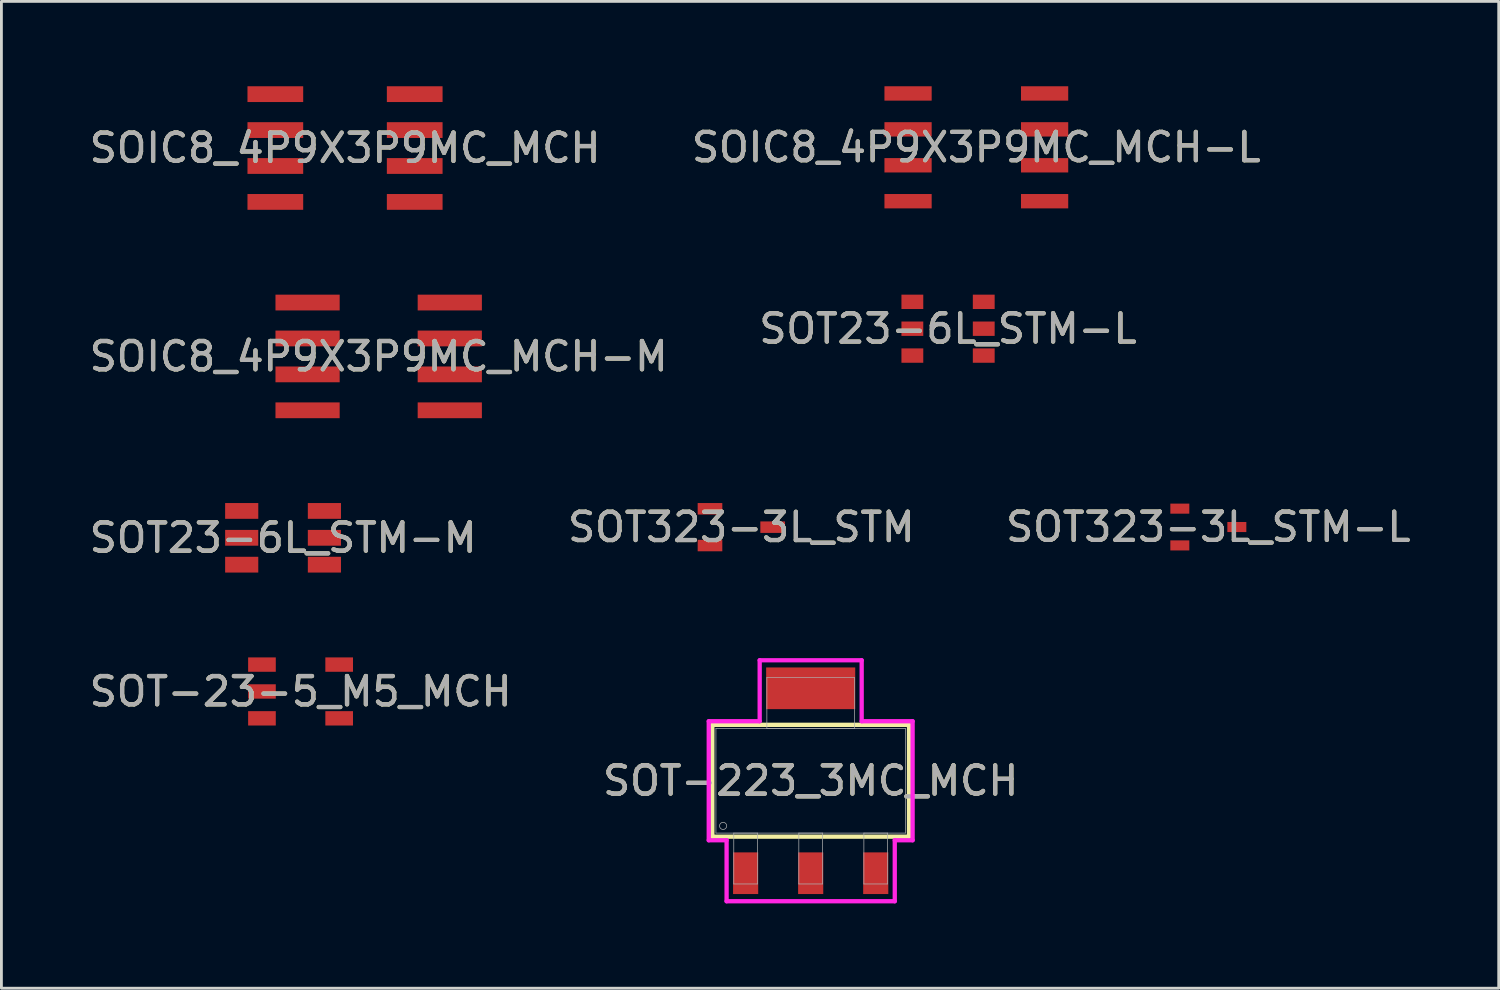
<source format=kicad_pcb>
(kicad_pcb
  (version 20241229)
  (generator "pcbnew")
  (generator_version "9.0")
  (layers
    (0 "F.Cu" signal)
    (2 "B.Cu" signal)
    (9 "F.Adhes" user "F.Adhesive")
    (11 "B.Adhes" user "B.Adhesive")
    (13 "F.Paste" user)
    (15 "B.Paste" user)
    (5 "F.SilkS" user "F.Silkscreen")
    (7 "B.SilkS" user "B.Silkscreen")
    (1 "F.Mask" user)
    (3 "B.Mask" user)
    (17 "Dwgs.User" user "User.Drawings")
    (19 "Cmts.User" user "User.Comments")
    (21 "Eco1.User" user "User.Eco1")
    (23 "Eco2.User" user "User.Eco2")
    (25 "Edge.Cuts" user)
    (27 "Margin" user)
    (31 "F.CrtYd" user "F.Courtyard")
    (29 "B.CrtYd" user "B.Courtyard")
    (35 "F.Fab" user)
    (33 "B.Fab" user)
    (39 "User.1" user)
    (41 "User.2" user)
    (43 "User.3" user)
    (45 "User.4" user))
  (footprint "SOIC8_4P9X3P9MC_MCH-L"
    (layer "F.Cu")
    (at 31.47 2.159)
    (property "Reference" "SOIC8_4P9X3P9MC_MCH-L" (at 0 0 0) (unlocked yes) (layer "F.SilkS") (effects (font (size 1 1) (thickness 0.15))))
    (attr smd)
    (fp_text user "${REFERENCE}" (at 0 0 0) (unlocked yes) (layer "F.Fab") (effects (font (size 1 1) (thickness 0.15))))
    (pad "1" smd rect (at -2.414 -1.905) (size 1.67 0.508) (layers "F.Cu" "F.Mask" "F.Paste"))
    (pad "2" smd rect (at -2.414 -0.635) (size 1.67 0.508) (layers "F.Cu" "F.Mask" "F.Paste"))
    (pad "3" smd rect (at -2.414 0.635) (size 1.67 0.508) (layers "F.Cu" "F.Mask" "F.Paste"))
    (pad "4" smd rect (at -2.414 1.905) (size 1.67 0.508) (layers "F.Cu" "F.Mask" "F.Paste"))
    (pad "5" smd rect (at 2.414 1.905) (size 1.67 0.508) (layers "F.Cu" "F.Mask" "F.Paste"))
    (pad "6" smd rect (at 2.414 0.635) (size 1.67 0.508) (layers "F.Cu" "F.Mask" "F.Paste"))
    (pad "7" smd rect (at 2.414 -0.635) (size 1.67 0.508) (layers "F.Cu" "F.Mask" "F.Paste"))
    (pad "8" smd rect (at 2.414 -1.905) (size 1.67 0.508) (layers "F.Cu" "F.Mask" "F.Paste")))
  (footprint "SOT323-3L_STM-L"
    (layer "F.Cu")
    (at 39.673 15.584)
    (property "Reference" "SOT323-3L_STM-L" (at 0 0 0) (unlocked yes) (layer "F.SilkS") (effects (font (size 1 1) (thickness 0.15))))
    (attr smd)
    (fp_text user "${REFERENCE}" (at 0 0 0) (unlocked yes) (layer "F.Fab") (effects (font (size 1 1) (thickness 0.15))))
    (pad "1" smd rect (at -1.008 -0.65) (size 0.671 0.356) (layers "F.Cu" "F.Mask" "F.Paste"))
    (pad "2" smd rect (at -1.008 0.65) (size 0.671 0.356) (layers "F.Cu" "F.Mask" "F.Paste"))
    (pad "3" smd rect (at 1.008 0) (size 0.671 0.356) (layers "F.Cu" "F.Mask" "F.Paste")))
  (footprint "SOIC8_4P9X3P9MC_MCH-M"
    (layer "F.Cu")
    (at 10.339 9.552)
    (property "Reference" "SOIC8_4P9X3P9MC_MCH-M" (at 0 0 0) (unlocked yes) (layer "F.SilkS") (effects (font (size 1 1) (thickness 0.15))))
    (attr smd)
    (fp_text user "${REFERENCE}" (at 0 0 0) (unlocked yes) (layer "F.Fab") (effects (font (size 1 1) (thickness 0.15))))
    (pad "1" smd rect (at -2.514 -1.905) (size 2.27 0.558) (layers "F.Cu" "F.Mask" "F.Paste"))
    (pad "2" smd rect (at -2.514 -0.635) (size 2.27 0.558) (layers "F.Cu" "F.Mask" "F.Paste"))
    (pad "3" smd rect (at -2.514 0.635) (size 2.27 0.558) (layers "F.Cu" "F.Mask" "F.Paste"))
    (pad "4" smd rect (at -2.514 1.905) (size 2.27 0.558) (layers "F.Cu" "F.Mask" "F.Paste"))
    (pad "5" smd rect (at 2.514 1.905) (size 2.27 0.558) (layers "F.Cu" "F.Mask" "F.Paste"))
    (pad "6" smd rect (at 2.514 0.635) (size 2.27 0.558) (layers "F.Cu" "F.Mask" "F.Paste"))
    (pad "7" smd rect (at 2.514 -0.635) (size 2.27 0.558) (layers "F.Cu" "F.Mask" "F.Paste"))
    (pad "8" smd rect (at 2.514 -1.905) (size 2.27 0.558) (layers "F.Cu" "F.Mask" "F.Paste")))
  (footprint "SOIC8_4P9X3P9MC_MCH"
    (layer "F.Cu")
    (at 9.149 2.184)
    (property "Reference" "SOIC8_4P9X3P9MC_MCH" (at 0 0 0) (unlocked yes) (layer "F.SilkS") (effects (font (size 1 1) (thickness 0.15))))
    (attr smd)
    (fp_text user "${REFERENCE}" (at 0 0 0) (unlocked yes) (layer "F.Fab") (effects (font (size 1 1) (thickness 0.15))))
    (pad "1" smd rect (at -2.464 -1.905) (size 1.97 0.558) (layers "F.Cu" "F.Mask" "F.Paste"))
    (pad "2" smd rect (at -2.464 -0.635) (size 1.97 0.558) (layers "F.Cu" "F.Mask" "F.Paste"))
    (pad "3" smd rect (at -2.464 0.635) (size 1.97 0.558) (layers "F.Cu" "F.Mask" "F.Paste"))
    (pad "4" smd rect (at -2.464 1.905) (size 1.97 0.558) (layers "F.Cu" "F.Mask" "F.Paste"))
    (pad "5" smd rect (at 2.464 1.905) (size 1.97 0.558) (layers "F.Cu" "F.Mask" "F.Paste"))
    (pad "6" smd rect (at 2.464 0.635) (size 1.97 0.558) (layers "F.Cu" "F.Mask" "F.Paste"))
    (pad "7" smd rect (at 2.464 -0.635) (size 1.97 0.558) (layers "F.Cu" "F.Mask" "F.Paste"))
    (pad "8" smd rect (at 2.464 -1.905) (size 1.97 0.558) (layers "F.Cu" "F.Mask" "F.Paste")))
  (footprint "SOT23-6L_STM-L"
    (layer "F.Cu")
    (at 30.47 8.572)
    (property "Reference" "SOT23-6L_STM-L" (at 0 0 0) (unlocked yes) (layer "F.SilkS") (effects (font (size 1 1) (thickness 0.15))))
    (attr smd)
    (fp_text user "${REFERENCE}" (at 0 0 0) (unlocked yes) (layer "F.Fab") (effects (font (size 1 1) (thickness 0.15))))
    (pad "1" smd rect (at -1.262 -0.95) (size 0.772 0.508) (layers "F.Cu" "F.Mask" "F.Paste"))
    (pad "2" smd rect (at -1.262 0) (size 0.772 0.508) (layers "F.Cu" "F.Mask" "F.Paste"))
    (pad "3" smd rect (at -1.262 0.95) (size 0.772 0.508) (layers "F.Cu" "F.Mask" "F.Paste"))
    (pad "4" smd rect (at 1.262 0.95) (size 0.772 0.508) (layers "F.Cu" "F.Mask" "F.Paste"))
    (pad "5" smd rect (at 1.262 0) (size 0.772 0.508) (layers "F.Cu" "F.Mask" "F.Paste"))
    (pad "6" smd rect (at 1.262 -0.95) (size 0.772 0.508) (layers "F.Cu" "F.Mask" "F.Paste")))
  (footprint "SOT-223_3MC_MCH"
    (layer "F.Cu")
    (at 25.613 24.555)
    (property "Reference" "SOT-223_3MC_MCH" (at 0 0 0) (unlocked yes) (layer "F.SilkS") (effects (font (size 1 1) (thickness 0.15))))
    (attr smd)
    (fp_poly (pts (xy 1.575 -4.006) (xy -1.575 -4.006) (xy -1.575 -2.532) (xy 1.575 -2.532)) (stroke (width 0) (type solid)) (fill yes) (layer "F.Cu"))
    (fp_poly (pts (xy 1.6 -4.361) (xy -1.6 -4.361) (xy -1.6 -2.177) (xy 1.6 -2.177)) (stroke (width 0) (type solid)) (fill yes) (layer "F.Mask"))
    (fp_line (start -3.477 -1.977) (end -3.477 1.977) (stroke (width 0.152) (type solid)) (layer "F.SilkS"))
    (fp_line (start -3.477 1.977) (end 3.477 1.977) (stroke (width 0.152) (type solid)) (layer "F.SilkS"))
    (fp_line (start 3.477 -1.977) (end -3.477 -1.977) (stroke (width 0.152) (type solid)) (layer "F.SilkS"))
    (fp_line (start 3.477 1.977) (end 3.477 -1.977) (stroke (width 0.152) (type solid)) (layer "F.SilkS"))
    (fp_poly (pts (xy 1.575 -4.006) (xy -1.575 -4.006) (xy -1.575 -2.532) (xy 1.575 -2.532)) (stroke (width 0) (type solid)) (fill yes) (layer "F.Paste"))
    (fp_line (start -3.604 -2.104) (end -1.803 -2.104) (stroke (width 0.152) (type solid)) (layer "F.CrtYd"))
    (fp_line (start -3.604 2.104) (end -3.604 -2.104) (stroke (width 0.152) (type solid)) (layer "F.CrtYd"))
    (fp_line (start -2.973 2.104) (end -3.604 2.104) (stroke (width 0.152) (type solid)) (layer "F.CrtYd"))
    (fp_line (start -2.973 4.26) (end -2.973 2.104) (stroke (width 0.152) (type solid)) (layer "F.CrtYd"))
    (fp_line (start -1.803 -4.26) (end 1.803 -4.26) (stroke (width 0.152) (type solid)) (layer "F.CrtYd"))
    (fp_line (start -1.803 -2.104) (end -1.803 -4.26) (stroke (width 0.152) (type solid)) (layer "F.CrtYd"))
    (fp_line (start 1.803 -4.26) (end 1.803 -2.104) (stroke (width 0.152) (type solid)) (layer "F.CrtYd"))
    (fp_line (start 1.803 -2.104) (end 3.604 -2.104) (stroke (width 0.152) (type solid)) (layer "F.CrtYd"))
    (fp_line (start 2.973 2.104) (end 2.973 4.26) (stroke (width 0.152) (type solid)) (layer "F.CrtYd"))
    (fp_line (start 2.973 4.26) (end -2.973 4.26) (stroke (width 0.152) (type solid)) (layer "F.CrtYd"))
    (fp_line (start 3.604 -2.104) (end 3.604 2.104) (stroke (width 0.152) (type solid)) (layer "F.CrtYd"))
    (fp_line (start 3.604 2.104) (end 2.973 2.104) (stroke (width 0.152) (type solid)) (layer "F.CrtYd"))
    (fp_line (start -3.35 -1.85) (end -3.35 1.85) (stroke (width 0.025) (type solid)) (layer "F.Fab"))
    (fp_line (start -3.35 1.85) (end 3.35 1.85) (stroke (width 0.025) (type solid)) (layer "F.Fab"))
    (fp_line (start -2.719 1.85) (end -2.719 3.65) (stroke (width 0.025) (type solid)) (layer "F.Fab"))
    (fp_line (start -2.719 3.65) (end -1.881 3.65) (stroke (width 0.025) (type solid)) (layer "F.Fab"))
    (fp_line (start -1.881 1.85) (end -2.719 1.85) (stroke (width 0.025) (type solid)) (layer "F.Fab"))
    (fp_line (start -1.881 3.65) (end -1.881 1.85) (stroke (width 0.025) (type solid)) (layer "F.Fab"))
    (fp_line (start -1.549 -3.65) (end -1.549 -1.85) (stroke (width 0.025) (type solid)) (layer "F.Fab"))
    (fp_line (start -1.549 -1.85) (end 1.549 -1.85) (stroke (width 0.025) (type solid)) (layer "F.Fab"))
    (fp_line (start -0.419 1.85) (end -0.419 3.65) (stroke (width 0.025) (type solid)) (layer "F.Fab"))
    (fp_line (start -0.419 3.65) (end 0.419 3.65) (stroke (width 0.025) (type solid)) (layer "F.Fab"))
    (fp_line (start 0.419 1.85) (end -0.419 1.85) (stroke (width 0.025) (type solid)) (layer "F.Fab"))
    (fp_line (start 0.419 3.65) (end 0.419 1.85) (stroke (width 0.025) (type solid)) (layer "F.Fab"))
    (fp_line (start 1.549 -3.65) (end -1.549 -3.65) (stroke (width 0.025) (type solid)) (layer "F.Fab"))
    (fp_line (start 1.549 -1.85) (end 1.549 -3.65) (stroke (width 0.025) (type solid)) (layer "F.Fab"))
    (fp_line (start 1.881 1.85) (end 1.881 3.65) (stroke (width 0.025) (type solid)) (layer "F.Fab"))
    (fp_line (start 1.881 3.65) (end 2.719 3.65) (stroke (width 0.025) (type solid)) (layer "F.Fab"))
    (fp_line (start 2.719 1.85) (end 1.881 1.85) (stroke (width 0.025) (type solid)) (layer "F.Fab"))
    (fp_line (start 2.719 3.65) (end 2.719 1.85) (stroke (width 0.025) (type solid)) (layer "F.Fab"))
    (fp_line (start 3.35 -1.85) (end -3.35 -1.85) (stroke (width 0.025) (type solid)) (layer "F.Fab"))
    (fp_line (start 3.35 1.85) (end 3.35 -1.85) (stroke (width 0.025) (type solid)) (layer "F.Fab"))
    (fp_circle (center -3.096 1.596) (end -2.969 1.596) (stroke (width 0.025) (type solid)) (fill no) (layer "F.Fab"))
    (fp_text user "${REFERENCE}" (at 0 0 0) (unlocked yes) (layer "F.Fab") (effects (font (size 1 1) (thickness 0.15))))
    (pad "1" smd rect (at -2.3 3.269) (size 0.889 1.473) (layers "F.Cu" "F.Mask" "F.Paste"))
    (pad "2" smd rect (at 0 3.269) (size 0.889 1.473) (layers "F.Cu" "F.Mask" "F.Paste"))
    (pad "3" smd rect (at 2.3 3.269) (size 0.889 1.473) (layers "F.Cu" "F.Mask" "F.Paste")))
  (footprint "SOT23-6L_STM-M"
    (layer "F.Cu")
    (at 6.958 15.965)
    (property "Reference" "SOT23-6L_STM-M" (at 0 0 0) (unlocked yes) (layer "F.SilkS") (effects (font (size 1 1) (thickness 0.15))))
    (attr smd)
    (fp_text user "${REFERENCE}" (at 0 0 0) (unlocked yes) (layer "F.Fab") (effects (font (size 1 1) (thickness 0.15))))
    (pad "1" smd rect (at -1.462 -0.95) (size 1.172 0.558) (layers "F.Cu" "F.Mask" "F.Paste"))
    (pad "2" smd rect (at -1.462 0) (size 1.172 0.558) (layers "F.Cu" "F.Mask" "F.Paste"))
    (pad "3" smd rect (at -1.462 0.95) (size 1.172 0.558) (layers "F.Cu" "F.Mask" "F.Paste"))
    (pad "4" smd rect (at 1.462 0.95) (size 1.172 0.558) (layers "F.Cu" "F.Mask" "F.Paste"))
    (pad "5" smd rect (at 1.462 0) (size 1.172 0.558) (layers "F.Cu" "F.Mask" "F.Paste"))
    (pad "6" smd rect (at 1.462 -0.95) (size 1.172 0.558) (layers "F.Cu" "F.Mask" "F.Paste")))
  (footprint "SOT323-3L_STM"
    (layer "F.Cu")
    (at 23.161 15.589)
    (property "Reference" "SOT323-3L_STM" (at 0 0 0) (unlocked yes) (layer "F.SilkS") (effects (font (size 1 1) (thickness 0.15))))
    (attr smd)
    (fp_text user "${REFERENCE}" (at 0 0 0) (unlocked yes) (layer "F.Fab") (effects (font (size 1 1) (thickness 0.15))))
    (pad "1" smd rect (at -1.108 -0.65) (size 0.871 0.406) (layers "F.Cu" "F.Mask" "F.Paste"))
    (pad "2" smd rect (at -1.108 0.65) (size 0.871 0.406) (layers "F.Cu" "F.Mask" "F.Paste"))
    (pad "3" smd rect (at 1.108 0) (size 0.871 0.406) (layers "F.Cu" "F.Mask" "F.Paste")))
  (footprint "SOT-23-5_M5_MCH"
    (layer "F.Cu")
    (at 7.577 21.398)
    (property "Reference" "SOT-23-5_M5_MCH" (at 0 0 0) (unlocked yes) (layer "F.SilkS") (effects (font (size 1 1) (thickness 0.15))))
    (attr smd)
    (fp_text user "${REFERENCE}" (at 0 0 0) (unlocked yes) (layer "F.Fab") (effects (font (size 1 1) (thickness 0.15))))
    (pad "1" smd rect (at -1.365 -0.95) (size 0.978 0.508) (layers "F.Cu" "F.Mask" "F.Paste"))
    (pad "2" smd rect (at -1.365 0) (size 0.978 0.508) (layers "F.Cu" "F.Mask" "F.Paste"))
    (pad "3" smd rect (at -1.365 0.95) (size 0.978 0.508) (layers "F.Cu" "F.Mask" "F.Paste"))
    (pad "4" smd rect (at 1.365 0.95) (size 0.978 0.508) (layers "F.Cu" "F.Mask" "F.Paste"))
    (pad "5" smd rect (at 1.365 -0.95) (size 0.978 0.508) (layers "F.Cu" "F.Mask" "F.Paste")))
  (gr_rect
    (start -3 -3)
    (end 49.94 31.891)
    (stroke (width 0.1) (type default))
    (fill no)
    (layer "Edge.Cuts")))
</source>
